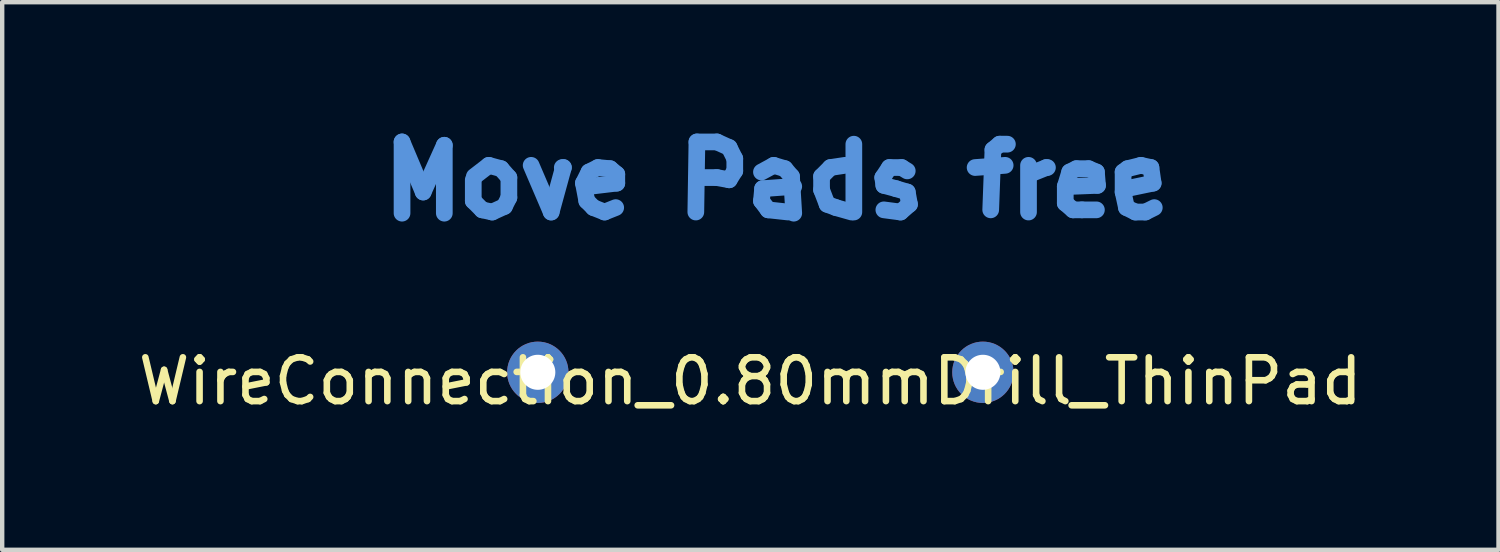
<source format=kicad_pcb>
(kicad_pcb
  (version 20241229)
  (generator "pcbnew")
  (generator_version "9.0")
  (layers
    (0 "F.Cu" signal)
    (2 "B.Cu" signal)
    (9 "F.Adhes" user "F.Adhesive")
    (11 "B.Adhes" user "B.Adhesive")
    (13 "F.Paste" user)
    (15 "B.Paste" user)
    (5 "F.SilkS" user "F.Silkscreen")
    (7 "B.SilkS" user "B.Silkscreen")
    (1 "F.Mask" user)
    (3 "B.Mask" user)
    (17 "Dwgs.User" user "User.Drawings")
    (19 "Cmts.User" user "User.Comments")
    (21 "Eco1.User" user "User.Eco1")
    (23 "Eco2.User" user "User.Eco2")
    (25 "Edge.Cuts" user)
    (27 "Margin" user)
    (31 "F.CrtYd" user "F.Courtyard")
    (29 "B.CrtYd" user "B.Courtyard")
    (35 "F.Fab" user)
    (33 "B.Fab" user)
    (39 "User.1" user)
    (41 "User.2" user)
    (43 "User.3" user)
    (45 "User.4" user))
  (footprint "WireConnection_0.80mmDrill_ThinPad"
    (layer "F.Cu")
    (at 9.226 5.448)
    (property "Reference" "WireConnection_0.80mmDrill_ThinPad" (at 4.851 0.203 0) (layer "F.SilkS") (effects (font (size 1 1) (thickness 0.15))))
    (attr through_hole)
    (fp_line (start -3.099 -5.258) (end -2.616 -4.115) (stroke (width 0.381) (type solid)) (layer "Cmts.User"))
    (fp_line (start -3.099 -3.632) (end -3.099 -5.258) (stroke (width 0.381) (type solid)) (layer "Cmts.User"))
    (fp_line (start -2.616 -4.115) (end -2.134 -5.182) (stroke (width 0.381) (type solid)) (layer "Cmts.User"))
    (fp_line (start -2.134 -5.182) (end -2.134 -3.632) (stroke (width 0.381) (type solid)) (layer "Cmts.User"))
    (fp_line (start -1.473 -4.394) (end -1.473 -3.912) (stroke (width 0.381) (type solid)) (layer "Cmts.User"))
    (fp_line (start -1.473 -3.912) (end -1.27 -3.708) (stroke (width 0.381) (type solid)) (layer "Cmts.User"))
    (fp_line (start -1.27 -3.708) (end -1.041 -3.658) (stroke (width 0.381) (type solid)) (layer "Cmts.User"))
    (fp_line (start -1.118 -4.724) (end -1.448 -4.47) (stroke (width 0.381) (type solid)) (layer "Cmts.User"))
    (fp_line (start -1.041 -3.658) (end -0.762 -3.785) (stroke (width 0.381) (type solid)) (layer "Cmts.User"))
    (fp_line (start -0.838 -4.648) (end -1.118 -4.724) (stroke (width 0.381) (type solid)) (layer "Cmts.User"))
    (fp_line (start -0.762 -3.785) (end -0.66 -3.988) (stroke (width 0.381) (type solid)) (layer "Cmts.User"))
    (fp_line (start -0.66 -4.445) (end -0.838 -4.648) (stroke (width 0.381) (type solid)) (layer "Cmts.User"))
    (fp_line (start -0.66 -3.988) (end -0.66 -4.445) (stroke (width 0.381) (type solid)) (layer "Cmts.User"))
    (fp_line (start -0.152 -4.724) (end 0.305 -3.658) (stroke (width 0.381) (type solid)) (layer "Cmts.User"))
    (fp_line (start 0.305 -3.658) (end 0.584 -4.674) (stroke (width 0.381) (type solid)) (layer "Cmts.User"))
    (fp_line (start 0.584 -4.674) (end 0.559 -4.674) (stroke (width 0.381) (type solid)) (layer "Cmts.User"))
    (fp_line (start 1.041 -4.318) (end 1.168 -4.572) (stroke (width 0.381) (type solid)) (layer "Cmts.User"))
    (fp_line (start 1.118 -3.912) (end 1.041 -4.318) (stroke (width 0.381) (type solid)) (layer "Cmts.User"))
    (fp_line (start 1.168 -4.572) (end 1.372 -4.674) (stroke (width 0.381) (type solid)) (layer "Cmts.User"))
    (fp_line (start 1.27 -3.759) (end 1.118 -3.912) (stroke (width 0.381) (type solid)) (layer "Cmts.User"))
    (fp_line (start 1.372 -4.674) (end 1.651 -4.648) (stroke (width 0.381) (type solid)) (layer "Cmts.User"))
    (fp_line (start 1.524 -3.658) (end 1.27 -3.759) (stroke (width 0.381) (type solid)) (layer "Cmts.User"))
    (fp_line (start 1.651 -4.648) (end 1.803 -4.521) (stroke (width 0.381) (type solid)) (layer "Cmts.User"))
    (fp_line (start 1.778 -3.759) (end 1.524 -3.658) (stroke (width 0.381) (type solid)) (layer "Cmts.User"))
    (fp_line (start 1.803 -4.521) (end 1.803 -4.318) (stroke (width 0.381) (type solid)) (layer "Cmts.User"))
    (fp_line (start 1.803 -4.318) (end 1.168 -4.242) (stroke (width 0.381) (type solid)) (layer "Cmts.User"))
    (fp_line (start 3.607 -3.658) (end 3.632 -5.258) (stroke (width 0.381) (type solid)) (layer "Cmts.User"))
    (fp_line (start 3.632 -5.258) (end 4.089 -5.258) (stroke (width 0.381) (type solid)) (layer "Cmts.User"))
    (fp_line (start 4.089 -5.258) (end 4.369 -5.131) (stroke (width 0.381) (type solid)) (layer "Cmts.User"))
    (fp_line (start 4.089 -4.445) (end 3.632 -4.445) (stroke (width 0.381) (type solid)) (layer "Cmts.User"))
    (fp_line (start 4.369 -5.131) (end 4.496 -4.877) (stroke (width 0.381) (type solid)) (layer "Cmts.User"))
    (fp_line (start 4.369 -4.394) (end 4.089 -4.445) (stroke (width 0.381) (type solid)) (layer "Cmts.User"))
    (fp_line (start 4.496 -4.877) (end 4.496 -4.597) (stroke (width 0.381) (type solid)) (layer "Cmts.User"))
    (fp_line (start 4.496 -4.597) (end 4.369 -4.394) (stroke (width 0.381) (type solid)) (layer "Cmts.User"))
    (fp_line (start 5.105 -4.572) (end 5.385 -4.724) (stroke (width 0.381) (type solid)) (layer "Cmts.User"))
    (fp_line (start 5.105 -3.912) (end 5.131 -4.191) (stroke (width 0.381) (type solid)) (layer "Cmts.User"))
    (fp_line (start 5.131 -4.191) (end 5.842 -4.242) (stroke (width 0.381) (type solid)) (layer "Cmts.User"))
    (fp_line (start 5.258 -3.708) (end 5.105 -3.912) (stroke (width 0.381) (type solid)) (layer "Cmts.User"))
    (fp_line (start 5.385 -4.724) (end 5.639 -4.648) (stroke (width 0.381) (type solid)) (layer "Cmts.User"))
    (fp_line (start 5.639 -4.648) (end 5.791 -4.47) (stroke (width 0.381) (type solid)) (layer "Cmts.User"))
    (fp_line (start 5.715 -3.658) (end 5.258 -3.708) (stroke (width 0.381) (type solid)) (layer "Cmts.User"))
    (fp_line (start 5.791 -4.47) (end 5.842 -3.632) (stroke (width 0.381) (type solid)) (layer "Cmts.User"))
    (fp_line (start 6.477 -4.47) (end 6.68 -4.674) (stroke (width 0.381) (type solid)) (layer "Cmts.User"))
    (fp_line (start 6.477 -4.166) (end 6.477 -4.47) (stroke (width 0.381) (type solid)) (layer "Cmts.User"))
    (fp_line (start 6.604 -3.835) (end 6.477 -4.166) (stroke (width 0.381) (type solid)) (layer "Cmts.User"))
    (fp_line (start 6.68 -4.674) (end 7.01 -4.724) (stroke (width 0.381) (type solid)) (layer "Cmts.User"))
    (fp_line (start 6.807 -3.759) (end 6.604 -3.835) (stroke (width 0.381) (type solid)) (layer "Cmts.User"))
    (fp_line (start 7.163 -3.658) (end 6.807 -3.759) (stroke (width 0.381) (type solid)) (layer "Cmts.User"))
    (fp_line (start 7.214 -5.207) (end 7.214 -3.658) (stroke (width 0.381) (type solid)) (layer "Cmts.User"))
    (fp_line (start 7.874 -4.445) (end 7.899 -4.267) (stroke (width 0.381) (type solid)) (layer "Cmts.User"))
    (fp_line (start 7.899 -4.267) (end 8.179 -4.191) (stroke (width 0.381) (type solid)) (layer "Cmts.User"))
    (fp_line (start 8.026 -4.674) (end 7.874 -4.445) (stroke (width 0.381) (type solid)) (layer "Cmts.User"))
    (fp_line (start 8.179 -4.191) (end 8.433 -4.115) (stroke (width 0.381) (type solid)) (layer "Cmts.User"))
    (fp_line (start 8.28 -3.658) (end 7.899 -3.708) (stroke (width 0.381) (type solid)) (layer "Cmts.User"))
    (fp_line (start 8.306 -4.674) (end 8.026 -4.674) (stroke (width 0.381) (type solid)) (layer "Cmts.User"))
    (fp_line (start 8.433 -4.597) (end 8.306 -4.674) (stroke (width 0.381) (type solid)) (layer "Cmts.User"))
    (fp_line (start 8.433 -4.115) (end 8.484 -3.835) (stroke (width 0.381) (type solid)) (layer "Cmts.User"))
    (fp_line (start 8.484 -3.835) (end 8.28 -3.658) (stroke (width 0.381) (type solid)) (layer "Cmts.User"))
    (fp_line (start 9.982 -4.674) (end 10.668 -4.724) (stroke (width 0.381) (type solid)) (layer "Cmts.User"))
    (fp_line (start 10.389 -5.08) (end 10.338 -3.708) (stroke (width 0.381) (type solid)) (layer "Cmts.User"))
    (fp_line (start 10.541 -5.207) (end 10.389 -5.08) (stroke (width 0.381) (type solid)) (layer "Cmts.User"))
    (fp_line (start 10.719 -5.207) (end 10.541 -5.207) (stroke (width 0.381) (type solid)) (layer "Cmts.User"))
    (fp_line (start 11.201 -4.724) (end 11.201 -3.658) (stroke (width 0.381) (type solid)) (layer "Cmts.User"))
    (fp_line (start 11.227 -4.521) (end 11.608 -4.674) (stroke (width 0.381) (type solid)) (layer "Cmts.User"))
    (fp_line (start 11.608 -4.674) (end 11.633 -4.674) (stroke (width 0.381) (type solid)) (layer "Cmts.User"))
    (fp_line (start 12.04 -4.242) (end 12.141 -4.572) (stroke (width 0.381) (type solid)) (layer "Cmts.User"))
    (fp_line (start 12.04 -3.861) (end 12.04 -4.242) (stroke (width 0.381) (type solid)) (layer "Cmts.User"))
    (fp_line (start 12.141 -4.572) (end 12.294 -4.648) (stroke (width 0.381) (type solid)) (layer "Cmts.User"))
    (fp_line (start 12.217 -3.708) (end 12.04 -3.861) (stroke (width 0.381) (type solid)) (layer "Cmts.User"))
    (fp_line (start 12.294 -4.648) (end 12.573 -4.648) (stroke (width 0.381) (type solid)) (layer "Cmts.User"))
    (fp_line (start 12.421 -3.708) (end 12.217 -3.708) (stroke (width 0.381) (type solid)) (layer "Cmts.User"))
    (fp_line (start 12.573 -4.648) (end 12.751 -4.572) (stroke (width 0.381) (type solid)) (layer "Cmts.User"))
    (fp_line (start 12.751 -4.572) (end 12.776 -4.267) (stroke (width 0.381) (type solid)) (layer "Cmts.User"))
    (fp_line (start 12.751 -3.708) (end 12.421 -3.708) (stroke (width 0.381) (type solid)) (layer "Cmts.User"))
    (fp_line (start 12.776 -4.267) (end 12.141 -4.242) (stroke (width 0.381) (type solid)) (layer "Cmts.User"))
    (fp_line (start 13.36 -4.572) (end 13.462 -4.648) (stroke (width 0.381) (type solid)) (layer "Cmts.User"))
    (fp_line (start 13.36 -4.115) (end 13.36 -4.572) (stroke (width 0.381) (type solid)) (layer "Cmts.User"))
    (fp_line (start 13.437 -4.191) (end 13.437 -4.242) (stroke (width 0.381) (type solid)) (layer "Cmts.User"))
    (fp_line (start 13.437 -3.759) (end 13.36 -4.115) (stroke (width 0.381) (type solid)) (layer "Cmts.User"))
    (fp_line (start 13.462 -4.648) (end 13.767 -4.724) (stroke (width 0.381) (type solid)) (layer "Cmts.User"))
    (fp_line (start 13.64 -3.658) (end 13.437 -3.759) (stroke (width 0.381) (type solid)) (layer "Cmts.User"))
    (fp_line (start 13.767 -4.724) (end 13.995 -4.674) (stroke (width 0.381) (type solid)) (layer "Cmts.User"))
    (fp_line (start 13.868 -3.658) (end 13.64 -3.658) (stroke (width 0.381) (type solid)) (layer "Cmts.User"))
    (fp_line (start 13.995 -4.674) (end 14.046 -4.318) (stroke (width 0.381) (type solid)) (layer "Cmts.User"))
    (fp_line (start 14.046 -4.318) (end 13.437 -4.191) (stroke (width 0.381) (type solid)) (layer "Cmts.User"))
    (fp_line (start 14.072 -3.759) (end 13.868 -3.658) (stroke (width 0.381) (type solid)) (layer "Cmts.User"))
    (pad "1" thru_hole circle (at 0 0) (size 1.4 1.4) (drill 0.8) (layers "*.Cu" "*.Mask"))
    (pad "2" thru_hole circle (at 10.16 0) (size 1.4 1.4) (drill 0.8) (layers "*.Cu" "*.Mask")))
  (gr_rect
    (start -3 -3)
    (end 31.155 9.5)
    (stroke (width 0.1) (type default))
    (fill no)
    (layer "Edge.Cuts")))
</source>
